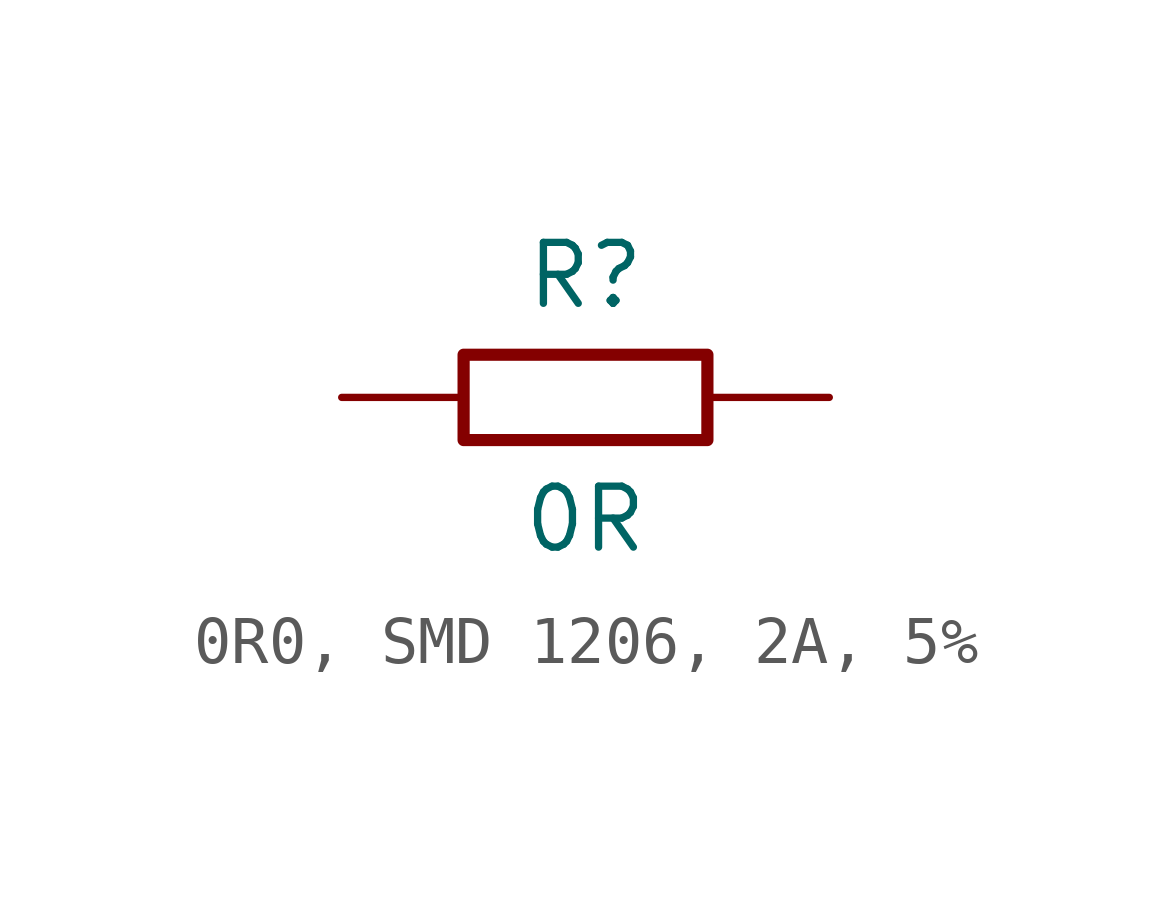
<source format=kicad_sym>
(kicad_symbol_lib
  (version 20241209)
  (generator "kicad_symbol_editor")
  (generator_version "9.0")
  (symbol "0R0, SMD 1206, 2A, 5%"
    (pin_numbers
      (hide yes))
    (pin_names
      (offset 0)
      (hide yes))
    (property "Reference" "R"
      (at 0 2.54 0)
      (effects (font (size 1.27 1.27))))
    (property "Value" "0R"
      (at 0 -2.54 0)
      (effects (font (size 1.27 1.27))))
    (symbol "0R0, SMD 1206, 2A, 5%_0_1"
      (rectangle (start -2.54 0.889) (end 2.54 -0.889) (stroke (width 0.254) (type default)) (fill (type none))))
    (symbol "0R0, SMD 1206, 2A, 5%_1_1"
      (pin passive line (at -5.08 0 0) (length 2.54) (name "1" (effects (font (size 1.27 1.27)))) (number "1" (effects (font (size 1.27 1.27)))))
      (pin passive line (at 5.08 0 180) (length 2.54) (name "2" (effects (font (size 1.27 1.27)))) (number "2" (effects (font (size 1.27 1.27))))))))
</source>
